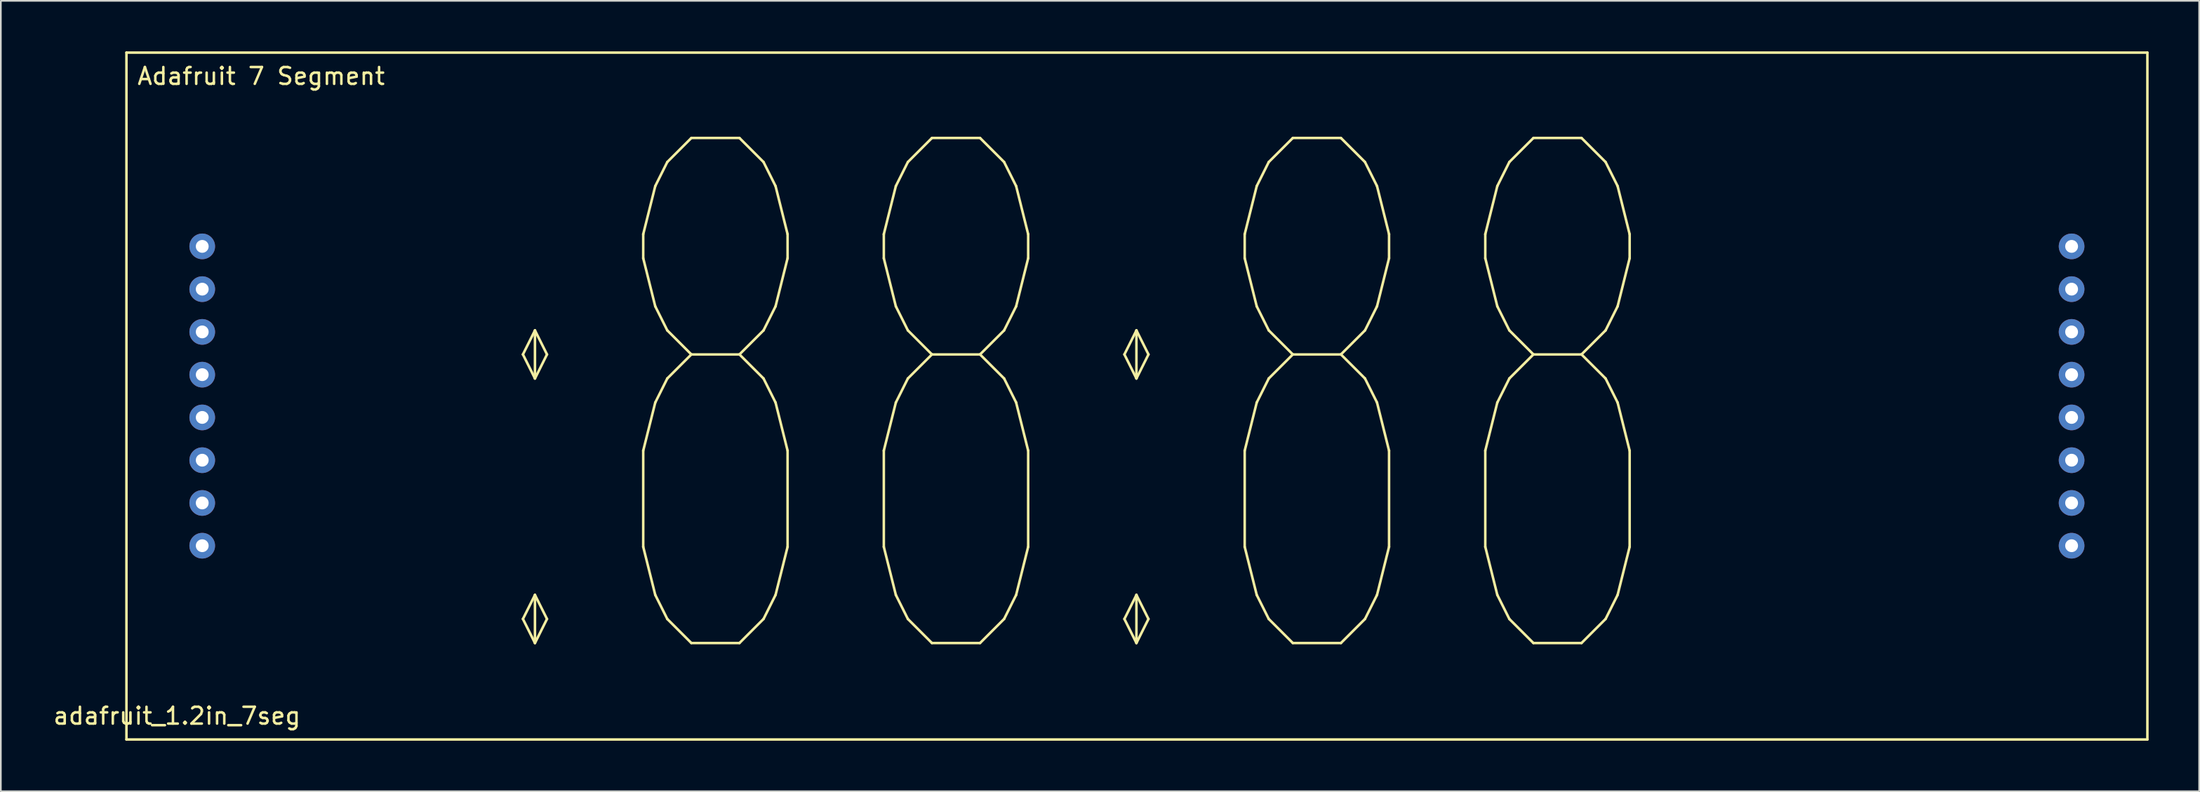
<source format=kicad_pcb>
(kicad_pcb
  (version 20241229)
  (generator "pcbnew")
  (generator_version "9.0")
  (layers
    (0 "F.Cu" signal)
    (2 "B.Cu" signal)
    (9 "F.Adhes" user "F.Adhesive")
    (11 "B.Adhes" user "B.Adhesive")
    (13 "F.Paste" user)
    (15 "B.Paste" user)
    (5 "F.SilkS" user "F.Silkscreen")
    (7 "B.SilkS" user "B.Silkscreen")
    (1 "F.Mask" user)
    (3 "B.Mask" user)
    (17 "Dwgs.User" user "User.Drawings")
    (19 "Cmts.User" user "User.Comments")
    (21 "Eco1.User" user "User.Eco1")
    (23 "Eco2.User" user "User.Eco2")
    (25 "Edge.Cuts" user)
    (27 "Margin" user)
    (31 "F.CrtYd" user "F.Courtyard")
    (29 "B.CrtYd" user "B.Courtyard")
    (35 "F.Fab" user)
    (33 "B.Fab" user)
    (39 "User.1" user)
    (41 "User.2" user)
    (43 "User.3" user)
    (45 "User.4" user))
  (footprint "adafruit_1.2in_7seg"
    (layer "F.Cu")
    (at 64.458 20.475)
    (property "Reference" "adafruit_1.2in_7seg" (at -57 19 0) (layer "F.SilkS") (effects (font (size 1 1) (thickness 0.15))))
    (attr through_hole)
    (fp_line (start -60 -20.4) (end -60 20.4) (stroke (width 0.15) (type solid)) (layer "F.SilkS"))
    (fp_line (start -60 20.4) (end 60 20.4) (stroke (width 0.15) (type solid)) (layer "F.SilkS"))
    (fp_line (start 60 -20.4) (end -60 -20.4) (stroke (width 0.15) (type solid)) (layer "F.SilkS"))
    (fp_line (start 60 20.4) (end 60 -20.4) (stroke (width 0.15) (type solid)) (layer "F.SilkS"))
    (fp_text user "Adafruit 7 Segment" (at -52 -19 0) (layer "F.SilkS") (effects (font (size 1 1) (thickness 0.15))))
    (fp_text user ":88:88" (at -3.6 0.8 0) (layer "F.SilkS") (effects (font (size 30 15) (thickness 0.15))))
    (pad "1" thru_hole circle (at -55.5 -8.89) (size 1.524 1.524) (drill 0.762) (layers "*.Cu" "*.Mask"))
    (pad "2" thru_hole circle (at -55.5 -6.35) (size 1.524 1.524) (drill 0.762) (layers "*.Cu" "*.Mask"))
    (pad "3" thru_hole circle (at -55.5 -3.81) (size 1.524 1.524) (drill 0.762) (layers "*.Cu" "*.Mask"))
    (pad "4" thru_hole circle (at -55.5 -1.27) (size 1.524 1.524) (drill 0.762) (layers "*.Cu" "*.Mask"))
    (pad "5" thru_hole circle (at -55.5 1.27) (size 1.524 1.524) (drill 0.762) (layers "*.Cu" "*.Mask"))
    (pad "6" thru_hole circle (at -55.5 3.81) (size 1.524 1.524) (drill 0.762) (layers "*.Cu" "*.Mask"))
    (pad "7" thru_hole circle (at -55.5 6.35) (size 1.524 1.524) (drill 0.762) (layers "*.Cu" "*.Mask"))
    (pad "8" thru_hole circle (at -55.5 8.89) (size 1.524 1.524) (drill 0.762) (layers "*.Cu" "*.Mask"))
    (pad "9" thru_hole circle (at 55.5 8.89) (size 1.524 1.524) (drill 0.762) (layers "*.Cu" "*.Mask"))
    (pad "10" thru_hole circle (at 55.5 6.35) (size 1.524 1.524) (drill 0.762) (layers "*.Cu" "*.Mask"))
    (pad "11" thru_hole circle (at 55.5 3.81) (size 1.524 1.524) (drill 0.762) (layers "*.Cu" "*.Mask"))
    (pad "12" thru_hole circle (at 55.5 1.27) (size 1.524 1.524) (drill 0.762) (layers "*.Cu" "*.Mask"))
    (pad "13" thru_hole circle (at 55.5 -1.27) (size 1.524 1.524) (drill 0.762) (layers "*.Cu" "*.Mask"))
    (pad "14" thru_hole circle (at 55.5 -3.81) (size 1.524 1.524) (drill 0.762) (layers "*.Cu" "*.Mask"))
    (pad "15" thru_hole circle (at 55.5 -6.35) (size 1.524 1.524) (drill 0.762) (layers "*.Cu" "*.Mask"))
    (pad "16" thru_hole circle (at 55.5 -8.89) (size 1.524 1.524) (drill 0.762) (layers "*.Cu" "*.Mask")))
  (gr_rect
    (start -3 -3)
    (end 127.533 43.95)
    (stroke (width 0.1) (type default))
    (fill no)
    (layer "Edge.Cuts")))
</source>
